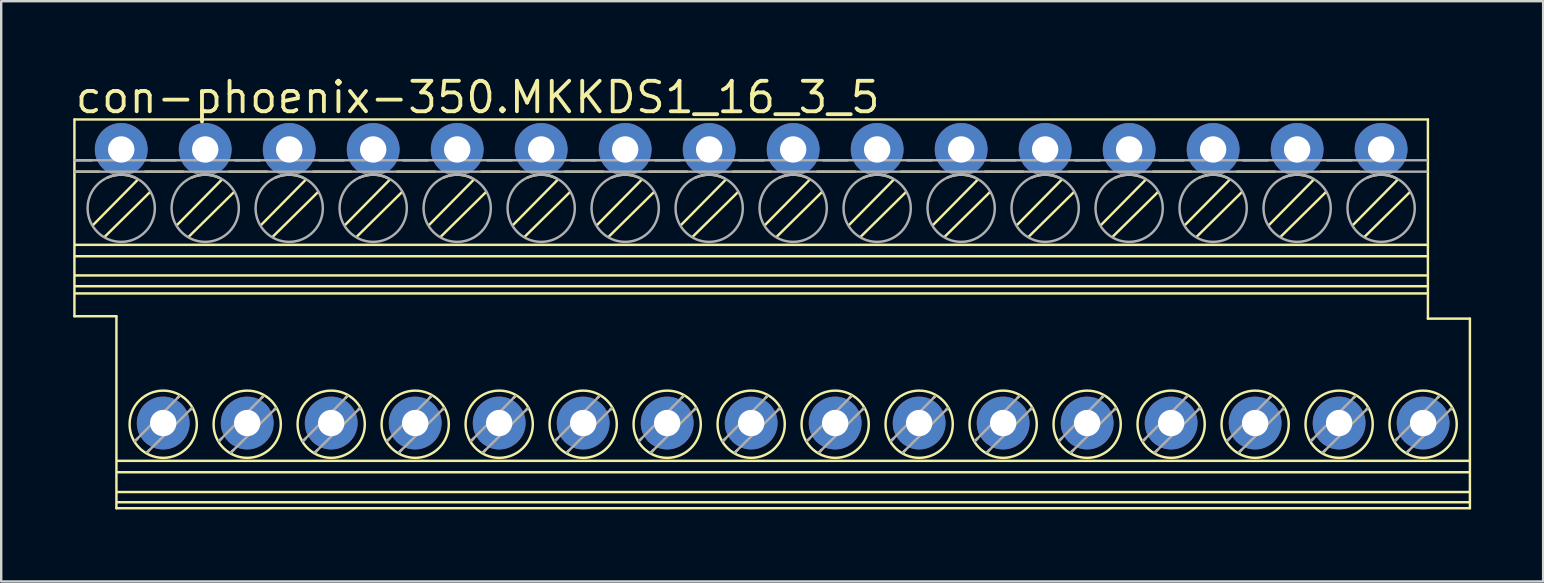
<source format=kicad_pcb>
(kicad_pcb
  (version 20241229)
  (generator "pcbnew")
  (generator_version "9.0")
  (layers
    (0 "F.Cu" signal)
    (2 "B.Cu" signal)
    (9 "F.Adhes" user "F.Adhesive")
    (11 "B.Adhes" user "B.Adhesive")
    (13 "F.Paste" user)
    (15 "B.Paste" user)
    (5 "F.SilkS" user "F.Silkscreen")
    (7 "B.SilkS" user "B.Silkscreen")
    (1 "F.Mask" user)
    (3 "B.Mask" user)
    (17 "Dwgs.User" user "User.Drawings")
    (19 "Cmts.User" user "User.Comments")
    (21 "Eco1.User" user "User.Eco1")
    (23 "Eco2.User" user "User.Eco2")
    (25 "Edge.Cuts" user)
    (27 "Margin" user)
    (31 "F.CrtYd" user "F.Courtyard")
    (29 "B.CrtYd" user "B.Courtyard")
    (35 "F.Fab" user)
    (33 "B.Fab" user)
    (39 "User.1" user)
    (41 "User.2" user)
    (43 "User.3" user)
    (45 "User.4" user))
  (footprint "con-phoenix-350.MKKDS1_16_3_5"
    (layer "F.Cu")
    (at 28.251 10.028)
    (property "Reference" "con-phoenix-350.MKKDS1_16_3_5" (at -28.251 -8.278 0) (layer "F.SilkS") (effects (font (size 1.27 1.27) (thickness 0.16)) (justify left bottom)))
    (attr through_hole)
    (fp_line (start -28.2 -8.1) (end 28.2 -8.1) (stroke (width 0.102) (type default)) (layer "F.SilkS"))
    (fp_line (start -28.2 0.1) (end -28.2 -8.1) (stroke (width 0.102) (type default)) (layer "F.SilkS"))
    (fp_line (start -28.175 -6.4) (end -27.475 -6.4) (stroke (width 0.102) (type default)) (layer "F.SilkS"))
    (fp_line (start -28.175 -5.925) (end -27.175 -5.925) (stroke (width 0.102) (type default)) (layer "F.SilkS"))
    (fp_line (start -28.15 -2.875) (end 28.175 -2.875) (stroke (width 0.102) (type default)) (layer "F.SilkS"))
    (fp_line (start -28.15 -2.4) (end 28.175 -2.4) (stroke (width 0.102) (type default)) (layer "F.SilkS"))
    (fp_line (start -28.15 -1.6) (end 28.175 -1.6) (stroke (width 0.102) (type default)) (layer "F.SilkS"))
    (fp_line (start -28.15 -0.85) (end 28.175 -0.85) (stroke (width 0.102) (type default)) (layer "F.SilkS"))
    (fp_line (start -27.425 -3.7) (end -25.575 -5.575) (stroke (width 0.102) (type default)) (layer "F.SilkS"))
    (fp_line (start -26.925 -3.225) (end -25.05 -5.075) (stroke (width 0.102) (type default)) (layer "F.SilkS"))
    (fp_line (start -26.45 0.1) (end -28.2 0.1) (stroke (width 0.102) (type default)) (layer "F.SilkS"))
    (fp_line (start -26.45 8.1) (end -26.45 0.1) (stroke (width 0.102) (type default)) (layer "F.SilkS"))
    (fp_line (start -26.4 6.125) (end 29.925 6.125) (stroke (width 0.102) (type default)) (layer "F.SilkS"))
    (fp_line (start -26.4 6.6) (end 29.925 6.6) (stroke (width 0.102) (type default)) (layer "F.SilkS"))
    (fp_line (start -26.4 7.425) (end 29.925 7.425) (stroke (width 0.102) (type default)) (layer "F.SilkS"))
    (fp_line (start -26.4 7.85) (end 29.925 7.85) (stroke (width 0.102) (type default)) (layer "F.SilkS"))
    (fp_line (start -25.675 5.3) (end -25.575 5.2) (stroke (width 0.102) (type default)) (layer "F.SilkS"))
    (fp_line (start -25.25 -5.925) (end -23.675 -5.925) (stroke (width 0.102) (type default)) (layer "F.SilkS"))
    (fp_line (start -25.175 5.775) (end -25.075 5.675) (stroke (width 0.102) (type default)) (layer "F.SilkS"))
    (fp_line (start -25 -6.4) (end -23.975 -6.4) (stroke (width 0.102) (type default)) (layer "F.SilkS"))
    (fp_line (start -23.925 -3.7) (end -22.075 -5.575) (stroke (width 0.102) (type default)) (layer "F.SilkS"))
    (fp_line (start -23.9 3.5) (end -23.825 3.425) (stroke (width 0.102) (type default)) (layer "F.SilkS"))
    (fp_line (start -23.425 -3.225) (end -21.55 -5.075) (stroke (width 0.102) (type default)) (layer "F.SilkS"))
    (fp_line (start -23.375 4) (end -23.3 3.925) (stroke (width 0.102) (type default)) (layer "F.SilkS"))
    (fp_line (start -22.175 5.3) (end -22.075 5.2) (stroke (width 0.102) (type default)) (layer "F.SilkS"))
    (fp_line (start -21.75 -5.925) (end -20.175 -5.925) (stroke (width 0.102) (type default)) (layer "F.SilkS"))
    (fp_line (start -21.675 5.775) (end -21.575 5.675) (stroke (width 0.102) (type default)) (layer "F.SilkS"))
    (fp_line (start -21.5 -6.4) (end -20.475 -6.4) (stroke (width 0.102) (type default)) (layer "F.SilkS"))
    (fp_line (start -20.425 -3.7) (end -18.575 -5.575) (stroke (width 0.102) (type default)) (layer "F.SilkS"))
    (fp_line (start -20.4 3.5) (end -20.325 3.425) (stroke (width 0.102) (type default)) (layer "F.SilkS"))
    (fp_line (start -19.925 -3.225) (end -18.05 -5.075) (stroke (width 0.102) (type default)) (layer "F.SilkS"))
    (fp_line (start -19.875 4) (end -19.8 3.925) (stroke (width 0.102) (type default)) (layer "F.SilkS"))
    (fp_line (start -18.675 5.3) (end -18.575 5.2) (stroke (width 0.102) (type default)) (layer "F.SilkS"))
    (fp_line (start -18.25 -5.925) (end -16.675 -5.925) (stroke (width 0.102) (type default)) (layer "F.SilkS"))
    (fp_line (start -18.175 5.775) (end -18.075 5.675) (stroke (width 0.102) (type default)) (layer "F.SilkS"))
    (fp_line (start -18 -6.4) (end -16.975 -6.4) (stroke (width 0.102) (type default)) (layer "F.SilkS"))
    (fp_line (start -16.925 -3.7) (end -15.075 -5.575) (stroke (width 0.102) (type default)) (layer "F.SilkS"))
    (fp_line (start -16.9 3.5) (end -16.825 3.425) (stroke (width 0.102) (type default)) (layer "F.SilkS"))
    (fp_line (start -16.425 -3.225) (end -14.55 -5.075) (stroke (width 0.102) (type default)) (layer "F.SilkS"))
    (fp_line (start -16.375 4) (end -16.3 3.925) (stroke (width 0.102) (type default)) (layer "F.SilkS"))
    (fp_line (start -15.175 5.3) (end -15.075 5.2) (stroke (width 0.102) (type default)) (layer "F.SilkS"))
    (fp_line (start -14.75 -5.925) (end -13.175 -5.925) (stroke (width 0.102) (type default)) (layer "F.SilkS"))
    (fp_line (start -14.675 5.775) (end -14.575 5.675) (stroke (width 0.102) (type default)) (layer "F.SilkS"))
    (fp_line (start -14.5 -6.4) (end -13.475 -6.4) (stroke (width 0.102) (type default)) (layer "F.SilkS"))
    (fp_line (start -13.425 -3.7) (end -11.575 -5.575) (stroke (width 0.102) (type default)) (layer "F.SilkS"))
    (fp_line (start -13.4 3.5) (end -13.325 3.425) (stroke (width 0.102) (type default)) (layer "F.SilkS"))
    (fp_line (start -12.925 -3.225) (end -11.05 -5.075) (stroke (width 0.102) (type default)) (layer "F.SilkS"))
    (fp_line (start -12.875 4) (end -12.8 3.925) (stroke (width 0.102) (type default)) (layer "F.SilkS"))
    (fp_line (start -11.675 5.3) (end -11.575 5.2) (stroke (width 0.102) (type default)) (layer "F.SilkS"))
    (fp_line (start -11.25 -5.925) (end -9.675 -5.925) (stroke (width 0.102) (type default)) (layer "F.SilkS"))
    (fp_line (start -11.175 5.775) (end -11.075 5.675) (stroke (width 0.102) (type default)) (layer "F.SilkS"))
    (fp_line (start -11 -6.4) (end -9.975 -6.4) (stroke (width 0.102) (type default)) (layer "F.SilkS"))
    (fp_line (start -9.925 -3.7) (end -8.075 -5.575) (stroke (width 0.102) (type default)) (layer "F.SilkS"))
    (fp_line (start -9.9 3.5) (end -9.825 3.425) (stroke (width 0.102) (type default)) (layer "F.SilkS"))
    (fp_line (start -9.425 -3.225) (end -7.55 -5.075) (stroke (width 0.102) (type default)) (layer "F.SilkS"))
    (fp_line (start -9.375 4) (end -9.3 3.925) (stroke (width 0.102) (type default)) (layer "F.SilkS"))
    (fp_line (start -8.175 5.3) (end -8.075 5.2) (stroke (width 0.102) (type default)) (layer "F.SilkS"))
    (fp_line (start -7.75 -5.925) (end -6.175 -5.925) (stroke (width 0.102) (type default)) (layer "F.SilkS"))
    (fp_line (start -7.675 5.775) (end -7.575 5.675) (stroke (width 0.102) (type default)) (layer "F.SilkS"))
    (fp_line (start -7.5 -6.4) (end -6.475 -6.4) (stroke (width 0.102) (type default)) (layer "F.SilkS"))
    (fp_line (start -6.425 -3.7) (end -4.575 -5.575) (stroke (width 0.102) (type default)) (layer "F.SilkS"))
    (fp_line (start -6.4 3.5) (end -6.325 3.425) (stroke (width 0.102) (type default)) (layer "F.SilkS"))
    (fp_line (start -5.925 -3.225) (end -4.05 -5.075) (stroke (width 0.102) (type default)) (layer "F.SilkS"))
    (fp_line (start -5.875 4) (end -5.8 3.925) (stroke (width 0.102) (type default)) (layer "F.SilkS"))
    (fp_line (start -4.675 5.3) (end -4.575 5.2) (stroke (width 0.102) (type default)) (layer "F.SilkS"))
    (fp_line (start -4.25 -5.925) (end -2.675 -5.925) (stroke (width 0.102) (type default)) (layer "F.SilkS"))
    (fp_line (start -4.175 5.775) (end -4.075 5.675) (stroke (width 0.102) (type default)) (layer "F.SilkS"))
    (fp_line (start -4 -6.4) (end -2.975 -6.4) (stroke (width 0.102) (type default)) (layer "F.SilkS"))
    (fp_line (start -2.925 -3.7) (end -1.075 -5.575) (stroke (width 0.102) (type default)) (layer "F.SilkS"))
    (fp_line (start -2.9 3.5) (end -2.825 3.425) (stroke (width 0.102) (type default)) (layer "F.SilkS"))
    (fp_line (start -2.425 -3.225) (end -0.55 -5.075) (stroke (width 0.102) (type default)) (layer "F.SilkS"))
    (fp_line (start -2.375 4) (end -2.3 3.925) (stroke (width 0.102) (type default)) (layer "F.SilkS"))
    (fp_line (start -1.175 5.3) (end -1.075 5.2) (stroke (width 0.102) (type default)) (layer "F.SilkS"))
    (fp_line (start -0.75 -5.925) (end 0.825 -5.925) (stroke (width 0.102) (type default)) (layer "F.SilkS"))
    (fp_line (start -0.675 5.775) (end -0.575 5.675) (stroke (width 0.102) (type default)) (layer "F.SilkS"))
    (fp_line (start -0.5 -6.4) (end 0.525 -6.4) (stroke (width 0.102) (type default)) (layer "F.SilkS"))
    (fp_line (start 0.575 -3.7) (end 2.425 -5.575) (stroke (width 0.102) (type default)) (layer "F.SilkS"))
    (fp_line (start 0.6 3.5) (end 0.675 3.425) (stroke (width 0.102) (type default)) (layer "F.SilkS"))
    (fp_line (start 1.075 -3.225) (end 2.95 -5.075) (stroke (width 0.102) (type default)) (layer "F.SilkS"))
    (fp_line (start 1.125 4) (end 1.2 3.925) (stroke (width 0.102) (type default)) (layer "F.SilkS"))
    (fp_line (start 2.325 5.3) (end 2.425 5.2) (stroke (width 0.102) (type default)) (layer "F.SilkS"))
    (fp_line (start 2.75 -5.925) (end 4.325 -5.925) (stroke (width 0.102) (type default)) (layer "F.SilkS"))
    (fp_line (start 2.825 5.775) (end 2.925 5.675) (stroke (width 0.102) (type default)) (layer "F.SilkS"))
    (fp_line (start 3 -6.4) (end 4.025 -6.4) (stroke (width 0.102) (type default)) (layer "F.SilkS"))
    (fp_line (start 4.075 -3.7) (end 5.925 -5.575) (stroke (width 0.102) (type default)) (layer "F.SilkS"))
    (fp_line (start 4.1 3.5) (end 4.175 3.425) (stroke (width 0.102) (type default)) (layer "F.SilkS"))
    (fp_line (start 4.575 -3.225) (end 6.45 -5.075) (stroke (width 0.102) (type default)) (layer "F.SilkS"))
    (fp_line (start 4.625 4) (end 4.7 3.925) (stroke (width 0.102) (type default)) (layer "F.SilkS"))
    (fp_line (start 5.825 5.3) (end 5.925 5.2) (stroke (width 0.102) (type default)) (layer "F.SilkS"))
    (fp_line (start 6.25 -5.925) (end 7.825 -5.925) (stroke (width 0.102) (type default)) (layer "F.SilkS"))
    (fp_line (start 6.325 5.775) (end 6.425 5.675) (stroke (width 0.102) (type default)) (layer "F.SilkS"))
    (fp_line (start 6.5 -6.4) (end 7.525 -6.4) (stroke (width 0.102) (type default)) (layer "F.SilkS"))
    (fp_line (start 7.575 -3.7) (end 9.425 -5.575) (stroke (width 0.102) (type default)) (layer "F.SilkS"))
    (fp_line (start 7.6 3.5) (end 7.675 3.425) (stroke (width 0.102) (type default)) (layer "F.SilkS"))
    (fp_line (start 8.075 -3.225) (end 9.95 -5.075) (stroke (width 0.102) (type default)) (layer "F.SilkS"))
    (fp_line (start 8.125 4) (end 8.2 3.925) (stroke (width 0.102) (type default)) (layer "F.SilkS"))
    (fp_line (start 9.325 5.3) (end 9.425 5.2) (stroke (width 0.102) (type default)) (layer "F.SilkS"))
    (fp_line (start 9.75 -5.925) (end 11.325 -5.925) (stroke (width 0.102) (type default)) (layer "F.SilkS"))
    (fp_line (start 9.825 5.775) (end 9.925 5.675) (stroke (width 0.102) (type default)) (layer "F.SilkS"))
    (fp_line (start 10 -6.4) (end 11.025 -6.4) (stroke (width 0.102) (type default)) (layer "F.SilkS"))
    (fp_line (start 11.075 -3.7) (end 12.925 -5.575) (stroke (width 0.102) (type default)) (layer "F.SilkS"))
    (fp_line (start 11.1 3.5) (end 11.175 3.425) (stroke (width 0.102) (type default)) (layer "F.SilkS"))
    (fp_line (start 11.575 -3.225) (end 13.45 -5.075) (stroke (width 0.102) (type default)) (layer "F.SilkS"))
    (fp_line (start 11.625 4) (end 11.7 3.925) (stroke (width 0.102) (type default)) (layer "F.SilkS"))
    (fp_line (start 12.825 5.3) (end 12.925 5.2) (stroke (width 0.102) (type default)) (layer "F.SilkS"))
    (fp_line (start 13.25 -5.925) (end 14.825 -5.925) (stroke (width 0.102) (type default)) (layer "F.SilkS"))
    (fp_line (start 13.325 5.775) (end 13.425 5.675) (stroke (width 0.102) (type default)) (layer "F.SilkS"))
    (fp_line (start 13.5 -6.4) (end 14.525 -6.4) (stroke (width 0.102) (type default)) (layer "F.SilkS"))
    (fp_line (start 14.575 -3.7) (end 16.425 -5.575) (stroke (width 0.102) (type default)) (layer "F.SilkS"))
    (fp_line (start 14.6 3.5) (end 14.675 3.425) (stroke (width 0.102) (type default)) (layer "F.SilkS"))
    (fp_line (start 15.075 -3.225) (end 16.95 -5.075) (stroke (width 0.102) (type default)) (layer "F.SilkS"))
    (fp_line (start 15.125 4) (end 15.2 3.925) (stroke (width 0.102) (type default)) (layer "F.SilkS"))
    (fp_line (start 16.325 5.3) (end 16.425 5.2) (stroke (width 0.102) (type default)) (layer "F.SilkS"))
    (fp_line (start 16.75 -5.925) (end 18.325 -5.925) (stroke (width 0.102) (type default)) (layer "F.SilkS"))
    (fp_line (start 16.825 5.775) (end 16.925 5.675) (stroke (width 0.102) (type default)) (layer "F.SilkS"))
    (fp_line (start 17 -6.4) (end 18.025 -6.4) (stroke (width 0.102) (type default)) (layer "F.SilkS"))
    (fp_line (start 18.075 -3.7) (end 19.925 -5.575) (stroke (width 0.102) (type default)) (layer "F.SilkS"))
    (fp_line (start 18.1 3.5) (end 18.175 3.425) (stroke (width 0.102) (type default)) (layer "F.SilkS"))
    (fp_line (start 18.575 -3.225) (end 20.45 -5.075) (stroke (width 0.102) (type default)) (layer "F.SilkS"))
    (fp_line (start 18.625 4) (end 18.7 3.925) (stroke (width 0.102) (type default)) (layer "F.SilkS"))
    (fp_line (start 19.825 5.3) (end 19.925 5.2) (stroke (width 0.102) (type default)) (layer "F.SilkS"))
    (fp_line (start 20.25 -5.925) (end 21.825 -5.925) (stroke (width 0.102) (type default)) (layer "F.SilkS"))
    (fp_line (start 20.325 5.775) (end 20.425 5.675) (stroke (width 0.102) (type default)) (layer "F.SilkS"))
    (fp_line (start 20.5 -6.4) (end 21.525 -6.4) (stroke (width 0.102) (type default)) (layer "F.SilkS"))
    (fp_line (start 21.575 -3.7) (end 23.425 -5.575) (stroke (width 0.102) (type default)) (layer "F.SilkS"))
    (fp_line (start 21.6 3.5) (end 21.675 3.425) (stroke (width 0.102) (type default)) (layer "F.SilkS"))
    (fp_line (start 22.075 -3.225) (end 23.95 -5.075) (stroke (width 0.102) (type default)) (layer "F.SilkS"))
    (fp_line (start 22.125 4) (end 22.2 3.925) (stroke (width 0.102) (type default)) (layer "F.SilkS"))
    (fp_line (start 23.325 5.3) (end 23.425 5.2) (stroke (width 0.102) (type default)) (layer "F.SilkS"))
    (fp_line (start 23.75 -5.925) (end 25.325 -5.925) (stroke (width 0.102) (type default)) (layer "F.SilkS"))
    (fp_line (start 23.825 5.775) (end 23.925 5.675) (stroke (width 0.102) (type default)) (layer "F.SilkS"))
    (fp_line (start 24 -6.4) (end 25.025 -6.4) (stroke (width 0.102) (type default)) (layer "F.SilkS"))
    (fp_line (start 25.075 -3.7) (end 26.925 -5.575) (stroke (width 0.102) (type default)) (layer "F.SilkS"))
    (fp_line (start 25.1 3.5) (end 25.175 3.425) (stroke (width 0.102) (type default)) (layer "F.SilkS"))
    (fp_line (start 25.575 -3.225) (end 27.45 -5.075) (stroke (width 0.102) (type default)) (layer "F.SilkS"))
    (fp_line (start 25.625 4) (end 25.7 3.925) (stroke (width 0.102) (type default)) (layer "F.SilkS"))
    (fp_line (start 26.825 5.3) (end 26.925 5.2) (stroke (width 0.102) (type default)) (layer "F.SilkS"))
    (fp_line (start 27.325 5.775) (end 27.425 5.675) (stroke (width 0.102) (type default)) (layer "F.SilkS"))
    (fp_line (start 28.175 -1.15) (end -28.15 -1.15) (stroke (width 0.102) (type default)) (layer "F.SilkS"))
    (fp_line (start 28.2 -8.1) (end 28.2 0.2) (stroke (width 0.102) (type default)) (layer "F.SilkS"))
    (fp_line (start 28.2 0.2) (end 29.95 0.2) (stroke (width 0.102) (type default)) (layer "F.SilkS"))
    (fp_line (start 28.6 3.5) (end 28.675 3.425) (stroke (width 0.102) (type default)) (layer "F.SilkS"))
    (fp_line (start 29.125 4) (end 29.2 3.925) (stroke (width 0.102) (type default)) (layer "F.SilkS"))
    (fp_line (start 29.95 0.2) (end 29.95 8.1) (stroke (width 0.102) (type default)) (layer "F.SilkS"))
    (fp_line (start 29.95 8.1) (end -26.45 8.1) (stroke (width 0.102) (type default)) (layer "F.SilkS"))
    (fp_arc (start -26.825 -5.675) (mid -26.222184 -5.797679) (end -25.625 -5.65) (stroke (width 0.1016) (type default)) (layer "F.SilkS"))
    (fp_arc (start -23.325 -5.675) (mid -22.722184 -5.797679) (end -22.125 -5.65) (stroke (width 0.1016) (type default)) (layer "F.SilkS"))
    (fp_arc (start -19.825 -5.675) (mid -19.222184 -5.797679) (end -18.625 -5.65) (stroke (width 0.1016) (type default)) (layer "F.SilkS"))
    (fp_arc (start -16.325 -5.675) (mid -15.722184 -5.797679) (end -15.125 -5.65) (stroke (width 0.1016) (type default)) (layer "F.SilkS"))
    (fp_arc (start -12.825 -5.675) (mid -12.222184 -5.797679) (end -11.625 -5.65) (stroke (width 0.1016) (type default)) (layer "F.SilkS"))
    (fp_arc (start -9.325 -5.675) (mid -8.722184 -5.797679) (end -8.125 -5.65) (stroke (width 0.1016) (type default)) (layer "F.SilkS"))
    (fp_arc (start -5.825 -5.675) (mid -5.222184 -5.797679) (end -4.625 -5.65) (stroke (width 0.1016) (type default)) (layer "F.SilkS"))
    (fp_arc (start -2.325 -5.675) (mid -1.722184 -5.797679) (end -1.125 -5.65) (stroke (width 0.1016) (type default)) (layer "F.SilkS"))
    (fp_arc (start 1.175 -5.675) (mid 1.777816 -5.797679) (end 2.375 -5.65) (stroke (width 0.1016) (type default)) (layer "F.SilkS"))
    (fp_arc (start 4.675 -5.675) (mid 5.277816 -5.797679) (end 5.875 -5.65) (stroke (width 0.1016) (type default)) (layer "F.SilkS"))
    (fp_arc (start 8.175 -5.675) (mid 8.777816 -5.797679) (end 9.375 -5.65) (stroke (width 0.1016) (type default)) (layer "F.SilkS"))
    (fp_arc (start 11.675 -5.675) (mid 12.277816 -5.797679) (end 12.875 -5.65) (stroke (width 0.1016) (type default)) (layer "F.SilkS"))
    (fp_arc (start 15.175 -5.675) (mid 15.777816 -5.797679) (end 16.375 -5.65) (stroke (width 0.1016) (type default)) (layer "F.SilkS"))
    (fp_arc (start 18.675 -5.675) (mid 19.277816 -5.797679) (end 19.875 -5.65) (stroke (width 0.1016) (type default)) (layer "F.SilkS"))
    (fp_arc (start 22.175 -5.675) (mid 22.777816 -5.797679) (end 23.375 -5.65) (stroke (width 0.1016) (type default)) (layer "F.SilkS"))
    (fp_arc (start 25.675 -5.675) (mid 26.277816 -5.797679) (end 26.875 -5.65) (stroke (width 0.1016) (type default)) (layer "F.SilkS"))
    (fp_circle (center -24.5 4.6) (end -23.099 4.6) (stroke (width 0.102) (type default)) (fill no) (layer "F.SilkS"))
    (fp_circle (center -21 4.6) (end -19.599 4.6) (stroke (width 0.102) (type default)) (fill no) (layer "F.SilkS"))
    (fp_circle (center -17.5 4.6) (end -16.099 4.6) (stroke (width 0.102) (type default)) (fill no) (layer "F.SilkS"))
    (fp_circle (center -14 4.6) (end -12.599 4.6) (stroke (width 0.102) (type default)) (fill no) (layer "F.SilkS"))
    (fp_circle (center -10.5 4.6) (end -9.099 4.6) (stroke (width 0.102) (type default)) (fill no) (layer "F.SilkS"))
    (fp_circle (center -7 4.6) (end -5.599 4.6) (stroke (width 0.102) (type default)) (fill no) (layer "F.SilkS"))
    (fp_circle (center -3.5 4.6) (end -2.099 4.6) (stroke (width 0.102) (type default)) (fill no) (layer "F.SilkS"))
    (fp_circle (center 0 4.6) (end 1.401 4.6) (stroke (width 0.102) (type default)) (fill no) (layer "F.SilkS"))
    (fp_circle (center 3.5 4.6) (end 4.901 4.6) (stroke (width 0.102) (type default)) (fill no) (layer "F.SilkS"))
    (fp_circle (center 7 4.6) (end 8.401 4.6) (stroke (width 0.102) (type default)) (fill no) (layer "F.SilkS"))
    (fp_circle (center 10.5 4.6) (end 11.901 4.6) (stroke (width 0.102) (type default)) (fill no) (layer "F.SilkS"))
    (fp_circle (center 14 4.6) (end 15.401 4.6) (stroke (width 0.102) (type default)) (fill no) (layer "F.SilkS"))
    (fp_circle (center 17.5 4.6) (end 18.901 4.6) (stroke (width 0.102) (type default)) (fill no) (layer "F.SilkS"))
    (fp_circle (center 21 4.6) (end 22.401 4.6) (stroke (width 0.102) (type default)) (fill no) (layer "F.SilkS"))
    (fp_circle (center 24.5 4.6) (end 25.901 4.6) (stroke (width 0.102) (type default)) (fill no) (layer "F.SilkS"))
    (fp_circle (center 28 4.6) (end 29.401 4.6) (stroke (width 0.102) (type default)) (fill no) (layer "F.SilkS"))
    (fp_line (start -28.175 -6.4) (end 28.15 -6.4) (stroke (width 0.102) (type default)) (layer "F.Fab"))
    (fp_line (start -28.175 -5.925) (end 28.15 -5.925) (stroke (width 0.102) (type default)) (layer "F.Fab"))
    (fp_line (start -25.675 5.3) (end -23.825 3.425) (stroke (width 0.102) (type default)) (layer "F.Fab"))
    (fp_line (start -25.175 5.775) (end -23.3 3.925) (stroke (width 0.102) (type default)) (layer "F.Fab"))
    (fp_line (start -22.175 5.3) (end -20.325 3.425) (stroke (width 0.102) (type default)) (layer "F.Fab"))
    (fp_line (start -21.675 5.775) (end -19.8 3.925) (stroke (width 0.102) (type default)) (layer "F.Fab"))
    (fp_line (start -18.675 5.3) (end -16.825 3.425) (stroke (width 0.102) (type default)) (layer "F.Fab"))
    (fp_line (start -18.175 5.775) (end -16.3 3.925) (stroke (width 0.102) (type default)) (layer "F.Fab"))
    (fp_line (start -15.175 5.3) (end -13.325 3.425) (stroke (width 0.102) (type default)) (layer "F.Fab"))
    (fp_line (start -14.675 5.775) (end -12.8 3.925) (stroke (width 0.102) (type default)) (layer "F.Fab"))
    (fp_line (start -11.675 5.3) (end -9.825 3.425) (stroke (width 0.102) (type default)) (layer "F.Fab"))
    (fp_line (start -11.175 5.775) (end -9.3 3.925) (stroke (width 0.102) (type default)) (layer "F.Fab"))
    (fp_line (start -8.175 5.3) (end -6.325 3.425) (stroke (width 0.102) (type default)) (layer "F.Fab"))
    (fp_line (start -7.675 5.775) (end -5.8 3.925) (stroke (width 0.102) (type default)) (layer "F.Fab"))
    (fp_line (start -4.675 5.3) (end -2.825 3.425) (stroke (width 0.102) (type default)) (layer "F.Fab"))
    (fp_line (start -4.175 5.775) (end -2.3 3.925) (stroke (width 0.102) (type default)) (layer "F.Fab"))
    (fp_line (start -1.175 5.3) (end 0.675 3.425) (stroke (width 0.102) (type default)) (layer "F.Fab"))
    (fp_line (start -0.675 5.775) (end 1.2 3.925) (stroke (width 0.102) (type default)) (layer "F.Fab"))
    (fp_line (start 2.325 5.3) (end 4.175 3.425) (stroke (width 0.102) (type default)) (layer "F.Fab"))
    (fp_line (start 2.825 5.775) (end 4.7 3.925) (stroke (width 0.102) (type default)) (layer "F.Fab"))
    (fp_line (start 5.825 5.3) (end 7.675 3.425) (stroke (width 0.102) (type default)) (layer "F.Fab"))
    (fp_line (start 6.325 5.775) (end 8.2 3.925) (stroke (width 0.102) (type default)) (layer "F.Fab"))
    (fp_line (start 9.325 5.3) (end 11.175 3.425) (stroke (width 0.102) (type default)) (layer "F.Fab"))
    (fp_line (start 9.825 5.775) (end 11.7 3.925) (stroke (width 0.102) (type default)) (layer "F.Fab"))
    (fp_line (start 12.825 5.3) (end 14.675 3.425) (stroke (width 0.102) (type default)) (layer "F.Fab"))
    (fp_line (start 13.325 5.775) (end 15.2 3.925) (stroke (width 0.102) (type default)) (layer "F.Fab"))
    (fp_line (start 16.325 5.3) (end 18.175 3.425) (stroke (width 0.102) (type default)) (layer "F.Fab"))
    (fp_line (start 16.825 5.775) (end 18.7 3.925) (stroke (width 0.102) (type default)) (layer "F.Fab"))
    (fp_line (start 19.825 5.3) (end 21.675 3.425) (stroke (width 0.102) (type default)) (layer "F.Fab"))
    (fp_line (start 20.325 5.775) (end 22.2 3.925) (stroke (width 0.102) (type default)) (layer "F.Fab"))
    (fp_line (start 23.325 5.3) (end 25.175 3.425) (stroke (width 0.102) (type default)) (layer "F.Fab"))
    (fp_line (start 23.825 5.775) (end 25.7 3.925) (stroke (width 0.102) (type default)) (layer "F.Fab"))
    (fp_line (start 26.825 5.3) (end 28.675 3.425) (stroke (width 0.102) (type default)) (layer "F.Fab"))
    (fp_line (start 27.325 5.775) (end 29.2 3.925) (stroke (width 0.102) (type default)) (layer "F.Fab"))
    (fp_circle (center -26.25 -4.4) (end -24.849 -4.4) (stroke (width 0.102) (type default)) (fill no) (layer "F.Fab"))
    (fp_circle (center -22.75 -4.4) (end -21.349 -4.4) (stroke (width 0.102) (type default)) (fill no) (layer "F.Fab"))
    (fp_circle (center -19.25 -4.4) (end -17.849 -4.4) (stroke (width 0.102) (type default)) (fill no) (layer "F.Fab"))
    (fp_circle (center -15.75 -4.4) (end -14.349 -4.4) (stroke (width 0.102) (type default)) (fill no) (layer "F.Fab"))
    (fp_circle (center -12.25 -4.4) (end -10.849 -4.4) (stroke (width 0.102) (type default)) (fill no) (layer "F.Fab"))
    (fp_circle (center -8.75 -4.4) (end -7.349 -4.4) (stroke (width 0.102) (type default)) (fill no) (layer "F.Fab"))
    (fp_circle (center -5.25 -4.4) (end -3.849 -4.4) (stroke (width 0.102) (type default)) (fill no) (layer "F.Fab"))
    (fp_circle (center -1.75 -4.4) (end -0.349 -4.4) (stroke (width 0.102) (type default)) (fill no) (layer "F.Fab"))
    (fp_circle (center 1.75 -4.4) (end 3.151 -4.4) (stroke (width 0.102) (type default)) (fill no) (layer "F.Fab"))
    (fp_circle (center 5.25 -4.4) (end 6.651 -4.4) (stroke (width 0.102) (type default)) (fill no) (layer "F.Fab"))
    (fp_circle (center 8.75 -4.4) (end 10.151 -4.4) (stroke (width 0.102) (type default)) (fill no) (layer "F.Fab"))
    (fp_circle (center 12.25 -4.4) (end 13.651 -4.4) (stroke (width 0.102) (type default)) (fill no) (layer "F.Fab"))
    (fp_circle (center 15.75 -4.4) (end 17.151 -4.4) (stroke (width 0.102) (type default)) (fill no) (layer "F.Fab"))
    (fp_circle (center 19.25 -4.4) (end 20.651 -4.4) (stroke (width 0.102) (type default)) (fill no) (layer "F.Fab"))
    (fp_circle (center 22.75 -4.4) (end 24.151 -4.4) (stroke (width 0.102) (type default)) (fill no) (layer "F.Fab"))
    (fp_circle (center 26.25 -4.4) (end 27.651 -4.4) (stroke (width 0.102) (type default)) (fill no) (layer "F.Fab"))
    (pad "1" thru_hole circle (at -26.25 -6.85) (size 2.2 2.2) (drill 1.1) (layers "*.Cu" "*.Mask"))
    (pad "2" thru_hole circle (at -24.5 4.55) (size 2.2 2.2) (drill 1.1) (layers "*.Cu" "*.Mask"))
    (pad "3" thru_hole circle (at -22.75 -6.85) (size 2.2 2.2) (drill 1.1) (layers "*.Cu" "*.Mask"))
    (pad "4" thru_hole circle (at -21 4.55) (size 2.2 2.2) (drill 1.1) (layers "*.Cu" "*.Mask"))
    (pad "5" thru_hole circle (at -19.25 -6.85) (size 2.2 2.2) (drill 1.1) (layers "*.Cu" "*.Mask"))
    (pad "6" thru_hole circle (at -17.5 4.55) (size 2.2 2.2) (drill 1.1) (layers "*.Cu" "*.Mask"))
    (pad "7" thru_hole circle (at -15.75 -6.85) (size 2.2 2.2) (drill 1.1) (layers "*.Cu" "*.Mask"))
    (pad "8" thru_hole circle (at -14 4.55) (size 2.2 2.2) (drill 1.1) (layers "*.Cu" "*.Mask"))
    (pad "9" thru_hole circle (at -12.25 -6.85) (size 2.2 2.2) (drill 1.1) (layers "*.Cu" "*.Mask"))
    (pad "10" thru_hole circle (at -10.5 4.55) (size 2.2 2.2) (drill 1.1) (layers "*.Cu" "*.Mask"))
    (pad "11" thru_hole circle (at -8.75 -6.85) (size 2.2 2.2) (drill 1.1) (layers "*.Cu" "*.Mask"))
    (pad "12" thru_hole circle (at -7 4.55) (size 2.2 2.2) (drill 1.1) (layers "*.Cu" "*.Mask"))
    (pad "13" thru_hole circle (at -5.25 -6.85) (size 2.2 2.2) (drill 1.1) (layers "*.Cu" "*.Mask"))
    (pad "14" thru_hole circle (at -3.5 4.55) (size 2.2 2.2) (drill 1.1) (layers "*.Cu" "*.Mask"))
    (pad "15" thru_hole circle (at -1.75 -6.85) (size 2.2 2.2) (drill 1.1) (layers "*.Cu" "*.Mask"))
    (pad "16" thru_hole circle (at 0 4.55) (size 2.2 2.2) (drill 1.1) (layers "*.Cu" "*.Mask"))
    (pad "17" thru_hole circle (at 1.75 -6.85) (size 2.2 2.2) (drill 1.1) (layers "*.Cu" "*.Mask"))
    (pad "18" thru_hole circle (at 3.5 4.55) (size 2.2 2.2) (drill 1.1) (layers "*.Cu" "*.Mask"))
    (pad "19" thru_hole circle (at 5.25 -6.85) (size 2.2 2.2) (drill 1.1) (layers "*.Cu" "*.Mask"))
    (pad "20" thru_hole circle (at 7 4.55) (size 2.2 2.2) (drill 1.1) (layers "*.Cu" "*.Mask"))
    (pad "21" thru_hole circle (at 8.75 -6.85) (size 2.2 2.2) (drill 1.1) (layers "*.Cu" "*.Mask"))
    (pad "22" thru_hole circle (at 10.5 4.55) (size 2.2 2.2) (drill 1.1) (layers "*.Cu" "*.Mask"))
    (pad "23" thru_hole circle (at 12.25 -6.85) (size 2.2 2.2) (drill 1.1) (layers "*.Cu" "*.Mask"))
    (pad "24" thru_hole circle (at 14 4.55) (size 2.2 2.2) (drill 1.1) (layers "*.Cu" "*.Mask"))
    (pad "25" thru_hole circle (at 15.75 -6.85) (size 2.2 2.2) (drill 1.1) (layers "*.Cu" "*.Mask"))
    (pad "26" thru_hole circle (at 17.5 4.55) (size 2.2 2.2) (drill 1.1) (layers "*.Cu" "*.Mask"))
    (pad "27" thru_hole circle (at 19.25 -6.85) (size 2.2 2.2) (drill 1.1) (layers "*.Cu" "*.Mask"))
    (pad "28" thru_hole circle (at 21 4.55) (size 2.2 2.2) (drill 1.1) (layers "*.Cu" "*.Mask"))
    (pad "29" thru_hole circle (at 22.75 -6.85) (size 2.2 2.2) (drill 1.1) (layers "*.Cu" "*.Mask"))
    (pad "30" thru_hole circle (at 24.5 4.55) (size 2.2 2.2) (drill 1.1) (layers "*.Cu" "*.Mask"))
    (pad "31" thru_hole circle (at 26.25 -6.85) (size 2.2 2.2) (drill 1.1) (layers "*.Cu" "*.Mask"))
    (pad "32" thru_hole circle (at 28 4.55) (size 2.2 2.2) (drill 1.1) (layers "*.Cu" "*.Mask")))
  (gr_rect
    (start -3 -3)
    (end 61.252 21.179)
    (stroke (width 0.1) (type default))
    (fill no)
    (layer "Edge.Cuts")))
</source>
